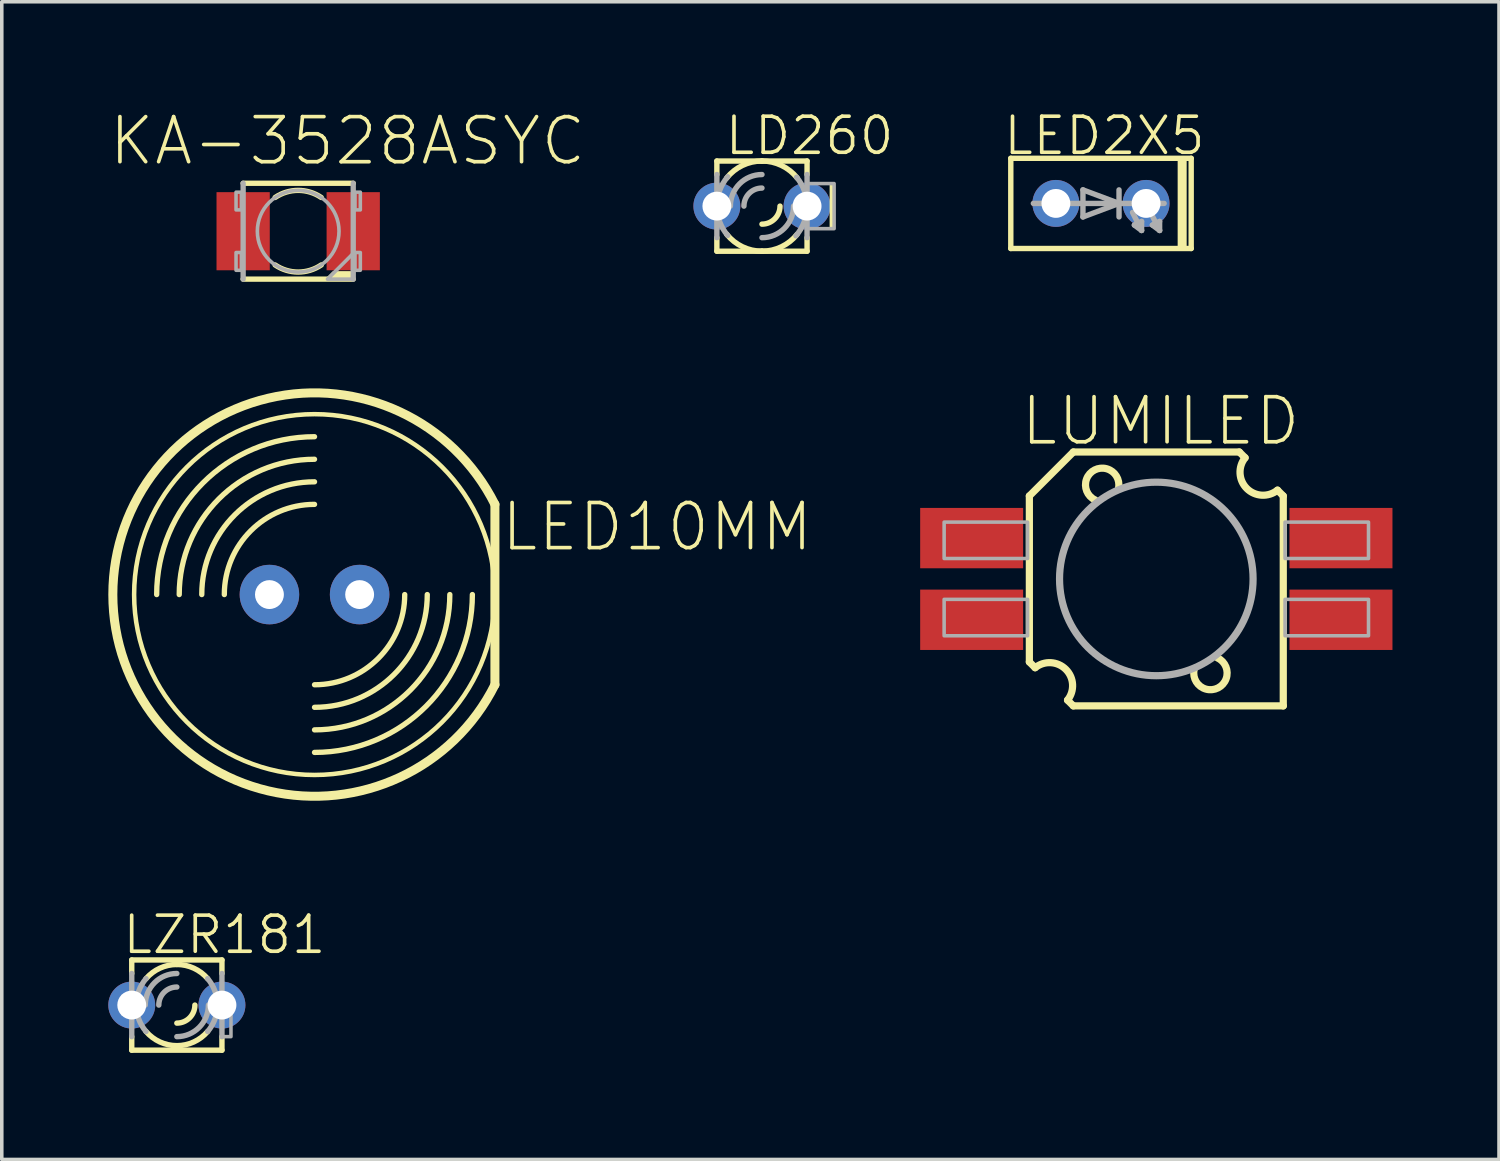
<source format=kicad_pcb>
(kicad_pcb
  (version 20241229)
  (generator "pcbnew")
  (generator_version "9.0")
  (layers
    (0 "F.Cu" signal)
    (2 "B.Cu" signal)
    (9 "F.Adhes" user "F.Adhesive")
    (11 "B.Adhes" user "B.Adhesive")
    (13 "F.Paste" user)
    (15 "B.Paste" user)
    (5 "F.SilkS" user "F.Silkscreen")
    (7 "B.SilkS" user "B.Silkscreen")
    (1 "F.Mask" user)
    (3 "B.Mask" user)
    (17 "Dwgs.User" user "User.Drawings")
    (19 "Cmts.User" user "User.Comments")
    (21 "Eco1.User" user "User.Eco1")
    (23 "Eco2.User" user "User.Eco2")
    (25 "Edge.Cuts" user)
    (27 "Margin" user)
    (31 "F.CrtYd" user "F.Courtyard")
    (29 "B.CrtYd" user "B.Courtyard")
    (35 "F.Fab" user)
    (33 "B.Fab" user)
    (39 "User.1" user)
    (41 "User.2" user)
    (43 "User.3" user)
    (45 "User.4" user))
  (footprint "KA-3528ASYC"
    (layer "F.Cu")
    (at 5.347 3.461)
    (property "Reference" "KA-3528ASYC" (at 1.391 -2.54 0) (layer "F.SilkS") (effects (font (size 1.27 1.27) (thickness 0.102))))
    (attr through_hole)
    (fp_line (start -1.55 -1.35) (end 1.55 -1.35) (stroke (width 0.15) (type solid)) (layer "F.SilkS"))
    (fp_line (start 1.55 1.35) (end -1.55 1.35) (stroke (width 0.15) (type solid)) (layer "F.SilkS"))
    (fp_arc (start -0.65 -0.95) (mid 0 -1.149991) (end 0.65 -0.95) (stroke (width 0.15) (type solid)) (layer "F.SilkS"))
    (fp_arc (start 0.65 0.95) (mid 0 1.149991) (end -0.65 0.95) (stroke (width 0.15) (type solid)) (layer "F.SilkS"))
    (fp_poly (pts (xy 1.55 1.35) (xy 1.55 1.175) (xy 1 1.175) (xy 0.825 1.35)) (stroke (width 0.102) (type solid)) (fill yes) (layer "F.SilkS"))
    (fp_line (start -1.55 1.35) (end -1.55 -1.35) (stroke (width 0.15) (type solid)) (layer "F.Fab"))
    (fp_line (start 1.55 -1.35) (end 1.55 1.35) (stroke (width 0.15) (type solid)) (layer "F.Fab"))
    (fp_circle (center 0 0) (end 1.15 0) (stroke (width 0.102) (type solid)) (fill no) (layer "F.Fab"))
    (fp_poly (pts (xy 1.55 1.35) (xy 1.55 0.625) (xy 0.825 1.35)) (stroke (width 0.102) (type solid)) (fill no) (layer "F.Fab"))
    (fp_poly (pts (xy -1.75 -1.1) (xy -1.6 -1.1) (xy -1.6 -0.6) (xy -1.75 -0.6)) (stroke (width 0.1) (type solid)) (fill no) (layer "F.Fab"))
    (fp_poly (pts (xy -1.75 0.6) (xy -1.6 0.6) (xy -1.6 1.1) (xy -1.75 1.1)) (stroke (width 0.1) (type solid)) (fill no) (layer "F.Fab"))
    (fp_poly (pts (xy 1.6 -1.1) (xy 1.75 -1.1) (xy 1.75 -0.6) (xy 1.6 -0.6)) (stroke (width 0.1) (type solid)) (fill no) (layer "F.Fab"))
    (fp_poly (pts (xy 1.6 0.6) (xy 1.75 0.6) (xy 1.75 1.1) (xy 1.6 1.1)) (stroke (width 0.1) (type solid)) (fill no) (layer "F.Fab"))
    (pad "A" smd rect (at -1.55 0) (size 1.5 2.2) (layers "F.Cu" "F.Mask" "F.Paste"))
    (pad "C" smd rect (at 1.55 0) (size 1.5 2.2) (layers "F.Cu" "F.Mask" "F.Paste")))
  (footprint "LD260"
    (layer "F.Cu")
    (at 18.407 2.754)
    (property "Reference" "LD260" (at 1.341 -1.981 0) (layer "F.SilkS") (effects (font (size 1.016 1.016) (thickness 0.102))))
    (attr through_hole)
    (fp_line (start -1.27 -1.27) (end -1.27 -0.889) (stroke (width 0.152) (type solid)) (layer "F.SilkS"))
    (fp_line (start -1.27 1.27) (end -1.27 0.889) (stroke (width 0.152) (type solid)) (layer "F.SilkS"))
    (fp_line (start -1.27 1.27) (end 0 1.27) (stroke (width 0.152) (type solid)) (layer "F.SilkS"))
    (fp_line (start 0 -1.27) (end -1.27 -1.27) (stroke (width 0.152) (type solid)) (layer "F.SilkS"))
    (fp_line (start 0 1.27) (end 1.27 1.27) (stroke (width 0.152) (type solid)) (layer "F.SilkS"))
    (fp_line (start 1.27 -1.27) (end 0 -1.27) (stroke (width 0.152) (type solid)) (layer "F.SilkS"))
    (fp_line (start 1.27 -1.27) (end 1.27 -0.889) (stroke (width 0.152) (type solid)) (layer "F.SilkS"))
    (fp_line (start 1.27 1.27) (end 1.27 0.889) (stroke (width 0.152) (type solid)) (layer "F.SilkS"))
    (fp_arc (start -0.9917 -0.7934) (mid -0.550143 -1.144671) (end 0 -1.27) (stroke (width 0.1524) (type solid)) (layer "F.SilkS"))
    (fp_arc (start 0 -1.27) (mid 0.550143 -1.144671) (end 0.9917 -0.7934) (stroke (width 0.1524) (type solid)) (layer "F.SilkS"))
    (fp_arc (start 0 1.27) (mid -0.550143 1.144671) (end -0.9917 0.7934) (stroke (width 0.1524) (type solid)) (layer "F.SilkS"))
    (fp_arc (start 0.508 0) (mid 0.35921 0.35921) (end 0 0.508) (stroke (width 0.1524) (type solid)) (layer "F.SilkS"))
    (fp_arc (start 0.9917 0.7934) (mid 0.550143 1.144671) (end 0 1.27) (stroke (width 0.1524) (type solid)) (layer "F.SilkS"))
    (fp_poly (pts (xy 1.905 -0.635) (xy 2.032 -0.635) (xy 2.032 0.635) (xy 1.905 0.635)) (stroke (width 0) (type solid)) (fill yes) (layer "F.SilkS"))
    (fp_line (start -1.27 0) (end -1.27 -0.889) (stroke (width 0.152) (type solid)) (layer "F.Fab"))
    (fp_line (start -1.27 0.889) (end -1.27 0) (stroke (width 0.152) (type solid)) (layer "F.Fab"))
    (fp_line (start 1.27 -0.889) (end 1.27 0) (stroke (width 0.152) (type solid)) (layer "F.Fab"))
    (fp_line (start 1.27 0) (end 1.27 0.889) (stroke (width 0.152) (type solid)) (layer "F.Fab"))
    (fp_arc (start -1.27 0) (mid -1.191134 -0.440615) (end -0.9643 -0.8265) (stroke (width 0.1524) (type solid)) (layer "F.Fab"))
    (fp_arc (start -0.9643 0.8265) (mid -1.191134 0.440615) (end -1.27 0) (stroke (width 0.1524) (type solid)) (layer "F.Fab"))
    (fp_arc (start -0.889 0) (mid -0.628618 -0.628618) (end 0 -0.889) (stroke (width 0.1524) (type solid)) (layer "F.Fab"))
    (fp_arc (start -0.508 0) (mid -0.35921 -0.35921) (end 0 -0.508) (stroke (width 0.1524) (type solid)) (layer "F.Fab"))
    (fp_arc (start 0.889 0) (mid 0.628618 0.628618) (end 0 0.889) (stroke (width 0.1524) (type solid)) (layer "F.Fab"))
    (fp_arc (start 0.9756 -0.813) (mid 1.194073 -0.432318) (end 1.2699 0) (stroke (width 0.1524) (type solid)) (layer "F.Fab"))
    (fp_arc (start 1.27 0) (mid 1.188863 0.44669) (end 0.9558 0.8363) (stroke (width 0.1524) (type solid)) (layer "F.Fab"))
    (fp_poly (pts (xy 1.27 -0.635) (xy 2.032 -0.635) (xy 2.032 0.635) (xy 1.27 0.635)) (stroke (width 0.1) (type solid)) (fill no) (layer "F.Fab"))
    (pad "A" thru_hole circle (at -1.27 0) (size 1.321 1.321) (drill 0.813) (layers "*.Cu" "*.Mask"))
    (pad "K" thru_hole circle (at 1.27 0) (size 1.321 1.321) (drill 0.813) (layers "*.Cu" "*.Mask")))
  (footprint "LED10MM"
    (layer "F.Cu")
    (at 5.807 13.693)
    (property "Reference" "LED10MM" (at 9.646 -1.905 0) (layer "F.SilkS") (effects (font (size 1.27 1.27) (thickness 0.102))))
    (attr through_hole)
    (fp_line (start 5.08 -2.54) (end 5.08 2.54) (stroke (width 0.254) (type solid)) (layer "F.SilkS"))
    (fp_arc (start -4.445 0) (mid -3.14309 -3.14309) (end 0 -4.445) (stroke (width 0.15) (type solid)) (layer "F.SilkS"))
    (fp_arc (start -3.81 0) (mid -2.694077 -2.694077) (end 0 -3.81) (stroke (width 0.15) (type solid)) (layer "F.SilkS"))
    (fp_arc (start -3.175 0) (mid -2.245064 -2.245064) (end 0 -3.175) (stroke (width 0.15) (type solid)) (layer "F.SilkS"))
    (fp_arc (start -2.54 0) (mid -1.796051 -1.796051) (end 0 -2.54) (stroke (width 0.15) (type solid)) (layer "F.SilkS"))
    (fp_arc (start 2.54 0) (mid 1.796051 1.796051) (end 0 2.54) (stroke (width 0.15) (type solid)) (layer "F.SilkS"))
    (fp_arc (start 3.175 0) (mid 2.245064 2.245064) (end 0 3.175) (stroke (width 0.15) (type solid)) (layer "F.SilkS"))
    (fp_arc (start 3.81 0) (mid 2.694077 2.694077) (end 0 3.81) (stroke (width 0.15) (type solid)) (layer "F.SilkS"))
    (fp_arc (start 4.445 0) (mid 3.14309 3.14309) (end 0 4.445) (stroke (width 0.15) (type solid)) (layer "F.SilkS"))
    (fp_arc (start 5.08 2.54) (mid -5.679615 0) (end 5.08 -2.540001) (stroke (width 0.254) (type solid)) (layer "F.SilkS"))
    (fp_circle (center 0 0) (end 5.08 0) (stroke (width 0.127) (type solid)) (fill no) (layer "F.SilkS"))
    (pad "A" thru_hole circle (at -1.27 0) (size 1.676 1.676) (drill 0.813) (layers "*.Cu" "*.Mask"))
    (pad "K" thru_hole circle (at 1.27 0) (size 1.676 1.676) (drill 0.813) (layers "*.Cu" "*.Mask")))
  (footprint "LZR181"
    (layer "F.Cu")
    (at 1.93 25.253)
    (property "Reference" "LZR181" (at 1.341 -1.981 0) (layer "F.SilkS") (effects (font (size 1.016 1.016) (thickness 0.102))))
    (attr through_hole)
    (fp_line (start -1.27 -1.27) (end -1.27 -0.889) (stroke (width 0.152) (type solid)) (layer "F.SilkS"))
    (fp_line (start -1.27 -1.27) (end 1.27 -1.27) (stroke (width 0.152) (type solid)) (layer "F.SilkS"))
    (fp_line (start -1.27 1.27) (end -1.27 0.889) (stroke (width 0.152) (type solid)) (layer "F.SilkS"))
    (fp_line (start -1.27 1.27) (end 1.27 1.27) (stroke (width 0.152) (type solid)) (layer "F.SilkS"))
    (fp_line (start 1.27 -1.27) (end 1.27 -0.889) (stroke (width 0.152) (type solid)) (layer "F.SilkS"))
    (fp_line (start 1.27 1.27) (end 1.27 0.889) (stroke (width 0.152) (type solid)) (layer "F.SilkS"))
    (fp_arc (start -0.8678 -0.7439) (mid -0.477588 -1.038444) (end 0 -1.143) (stroke (width 0.1524) (type solid)) (layer "F.SilkS"))
    (fp_arc (start 0 -1.143) (mid 0.477588 -1.038445) (end 0.8678 -0.7439) (stroke (width 0.1524) (type solid)) (layer "F.SilkS"))
    (fp_arc (start 0 1.143) (mid -0.477588 1.038445) (end -0.8678 0.7439) (stroke (width 0.1524) (type solid)) (layer "F.SilkS"))
    (fp_arc (start 0.508 0) (mid 0.35921 0.35921) (end 0 0.508) (stroke (width 0.1524) (type solid)) (layer "F.SilkS"))
    (fp_arc (start 0.8678 0.7439) (mid 0.477588 1.038444) (end 0 1.143) (stroke (width 0.1524) (type solid)) (layer "F.SilkS"))
    (fp_line (start -1.27 0.889) (end -1.27 -0.889) (stroke (width 0.152) (type solid)) (layer "F.Fab"))
    (fp_line (start 1.27 -0.889) (end 1.27 0.889) (stroke (width 0.152) (type solid)) (layer "F.Fab"))
    (fp_arc (start -1.143 0) (mid -1.071996 -0.396587) (end -0.8678 -0.7439) (stroke (width 0.1524) (type solid)) (layer "F.Fab"))
    (fp_arc (start -0.889 0) (mid -0.628618 -0.628618) (end 0 -0.889) (stroke (width 0.1524) (type solid)) (layer "F.Fab"))
    (fp_arc (start -0.8678 0.7439) (mid -1.071996 0.396587) (end -1.143 0) (stroke (width 0.1524) (type solid)) (layer "F.Fab"))
    (fp_arc (start -0.508 0) (mid -0.35921 -0.35921) (end 0 -0.508) (stroke (width 0.1524) (type solid)) (layer "F.Fab"))
    (fp_arc (start 0.8678 -0.7439) (mid 1.071996 -0.396587) (end 1.143 0) (stroke (width 0.1524) (type solid)) (layer "F.Fab"))
    (fp_arc (start 0.889 0) (mid 0.628618 0.628618) (end 0 0.889) (stroke (width 0.1524) (type solid)) (layer "F.Fab"))
    (fp_arc (start 1.143 0) (mid 1.071996 0.396587) (end 0.8678 0.7439) (stroke (width 0.1524) (type solid)) (layer "F.Fab"))
    (fp_poly (pts (xy -1.524 -0.254) (xy -1.27 -0.254) (xy -1.27 0.254) (xy -1.524 0.254)) (stroke (width 0.1) (type solid)) (fill no) (layer "F.Fab"))
    (fp_poly (pts (xy 1.27 -0.254) (xy 1.524 -0.254) (xy 1.524 0.889) (xy 1.27 0.889)) (stroke (width 0.1) (type solid)) (fill no) (layer "F.Fab"))
    (pad "A" thru_hole circle (at -1.27 0) (size 1.321 1.321) (drill 0.813) (layers "*.Cu" "*.Mask"))
    (pad "K" thru_hole circle (at 1.27 0) (size 1.321 1.321) (drill 0.813) (layers "*.Cu" "*.Mask")))
  (footprint "LED2X5"
    (layer "F.Cu")
    (at 27.954 2.678)
    (property "Reference" "LED2X5" (at 0.097 -1.905 0) (layer "F.SilkS") (effects (font (size 1.016 1.016) (thickness 0.102))))
    (attr through_hole)
    (fp_line (start -2.54 1.27) (end -2.54 -1.27) (stroke (width 0.152) (type solid)) (layer "F.SilkS"))
    (fp_line (start -2.54 1.27) (end 2.54 1.27) (stroke (width 0.152) (type solid)) (layer "F.SilkS"))
    (fp_line (start 2.54 -1.27) (end -2.54 -1.27) (stroke (width 0.152) (type solid)) (layer "F.SilkS"))
    (fp_line (start 2.54 -1.27) (end 2.54 1.27) (stroke (width 0.152) (type solid)) (layer "F.SilkS"))
    (fp_poly (pts (xy 2.159 -1.27) (xy 2.413 -1.27) (xy 2.413 1.27) (xy 2.159 1.27)) (stroke (width 0) (type solid)) (fill yes) (layer "F.SilkS"))
    (fp_line (start -1.905 0) (end 0.508 0) (stroke (width 0.152) (type solid)) (layer "F.Fab"))
    (fp_line (start -0.508 -0.381) (end -0.508 0.381) (stroke (width 0.152) (type solid)) (layer "F.Fab"))
    (fp_line (start -0.508 -0.381) (end 0.508 0) (stroke (width 0.152) (type solid)) (layer "F.Fab"))
    (fp_line (start 0.508 -0.381) (end 0.508 0) (stroke (width 0.152) (type solid)) (layer "F.Fab"))
    (fp_line (start 0.508 0) (end -0.508 0.381) (stroke (width 0.152) (type solid)) (layer "F.Fab"))
    (fp_line (start 0.508 0) (end 0.508 0.381) (stroke (width 0.152) (type solid)) (layer "F.Fab"))
    (fp_line (start 0.508 0) (end 1.778 0) (stroke (width 0.152) (type solid)) (layer "F.Fab"))
    (fp_line (start 0.889 0.254) (end 1.143 0.762) (stroke (width 0.152) (type solid)) (layer "F.Fab"))
    (fp_line (start 0.94 0.61) (end 1.143 0.508) (stroke (width 0.152) (type solid)) (layer "F.Fab"))
    (fp_line (start 1.143 0.762) (end 0.94 0.61) (stroke (width 0.152) (type solid)) (layer "F.Fab"))
    (fp_line (start 1.143 0.762) (end 1.143 0.508) (stroke (width 0.152) (type solid)) (layer "F.Fab"))
    (fp_line (start 1.397 0.254) (end 1.651 0.762) (stroke (width 0.152) (type solid)) (layer "F.Fab"))
    (fp_line (start 1.448 0.61) (end 1.651 0.508) (stroke (width 0.152) (type solid)) (layer "F.Fab"))
    (fp_line (start 1.651 0.762) (end 1.448 0.61) (stroke (width 0.152) (type solid)) (layer "F.Fab"))
    (fp_line (start 1.651 0.762) (end 1.651 0.508) (stroke (width 0.152) (type solid)) (layer "F.Fab"))
    (pad "A" thru_hole circle (at -1.27 0) (size 1.321 1.321) (drill 0.813) (layers "*.Cu" "*.Mask"))
    (pad "K" thru_hole circle (at 1.27 0) (size 1.321 1.321) (drill 0.813) (layers "*.Cu" "*.Mask")))
  (footprint "LUMILED"
    (layer "F.Cu")
    (at 29.512 13.253)
    (property "Reference" "LUMILED" (at 0.121 -4.445 0) (layer "F.SilkS") (effects (font (size 1.27 1.27) (thickness 0.102))))
    (attr through_hole)
    (fp_poly (pts (xy 2.338 -1.35) (xy 0 -2.7) (xy -2.338 -1.35) (xy -2.338 1.35) (xy 0 2.7) (xy 2.338 1.35)) (stroke (width 0.406) (type solid)) (fill yes) (layer "F.Mask"))
    (fp_line (start -3.575 -2.337) (end -2.337 -3.575) (stroke (width 0.203) (type solid)) (layer "F.SilkS"))
    (fp_line (start -3.575 2.337) (end -3.575 -2.337) (stroke (width 0.203) (type solid)) (layer "F.SilkS"))
    (fp_line (start -3.413 2.5) (end -3.575 2.337) (stroke (width 0.203) (type solid)) (layer "F.SilkS"))
    (fp_line (start -2.337 -3.575) (end 2.337 -3.575) (stroke (width 0.203) (type solid)) (layer "F.SilkS"))
    (fp_line (start -2.337 3.575) (end -2.5 3.413) (stroke (width 0.203) (type solid)) (layer "F.SilkS"))
    (fp_line (start 2.337 -3.575) (end 2.5 -3.413) (stroke (width 0.203) (type solid)) (layer "F.SilkS"))
    (fp_line (start 3.413 -2.5) (end 3.575 -2.337) (stroke (width 0.203) (type solid)) (layer "F.SilkS"))
    (fp_line (start 3.575 -2.337) (end 3.575 3.575) (stroke (width 0.203) (type solid)) (layer "F.SilkS"))
    (fp_line (start 3.575 3.575) (end -2.337 3.575) (stroke (width 0.203) (type solid)) (layer "F.SilkS"))
    (fp_arc (start -3.4125 2.5) (mid -2.547491 2.547491) (end -2.5 3.4125) (stroke (width 0.2032) (type solid)) (layer "F.SilkS"))
    (fp_arc (start -1.725 -2.225) (mid -1.737641 -3.068797) (end -1.062499 -2.562499) (stroke (width 0.2032) (type solid)) (layer "F.SilkS"))
    (fp_arc (start 1.725 2.225) (mid 1.737641 3.068797) (end 1.062499 2.562499) (stroke (width 0.2032) (type solid)) (layer "F.SilkS"))
    (fp_arc (start 3.4125 -2.5) (mid 2.547491 -2.547491) (end 2.5 -3.4125) (stroke (width 0.2032) (type solid)) (layer "F.SilkS"))
    (fp_poly (pts (xy 2.338 -1.35) (xy 0 -2.7) (xy -2.338 -1.35) (xy -2.338 1.35) (xy 0 2.7) (xy 2.338 1.35)) (stroke (width 0.406) (type solid)) (fill yes) (layer "F.Paste"))
    (fp_circle (center 0 0) (end 2.725 0) (stroke (width 0.203) (type solid)) (fill no) (layer "F.Fab"))
    (fp_poly (pts (xy -5.975 -1.6) (xy -3.625 -1.6) (xy -3.625 -0.575) (xy -5.975 -0.575)) (stroke (width 0.1) (type solid)) (fill no) (layer "F.Fab"))
    (fp_poly (pts (xy -5.975 0.575) (xy -3.625 0.575) (xy -3.625 1.6) (xy -5.975 1.6)) (stroke (width 0.1) (type solid)) (fill no) (layer "F.Fab"))
    (fp_poly (pts (xy 3.625 -1.6) (xy 5.975 -1.6) (xy 5.975 -0.575) (xy 3.625 -0.575)) (stroke (width 0.1) (type solid)) (fill no) (layer "F.Fab"))
    (fp_poly (pts (xy 3.625 0.575) (xy 5.975 0.575) (xy 5.975 1.6) (xy 3.625 1.6)) (stroke (width 0.1) (type solid)) (fill no) (layer "F.Fab"))
    (pad "1NC" smd rect (at -5.2 -1.15) (size 2.9 1.7) (layers "F.Cu" "F.Mask" "F.Paste"))
    (pad "2+" smd rect (at -5.2 1.15) (size 2.9 1.7) (layers "F.Cu" "F.Mask" "F.Paste"))
    (pad "3NC" smd rect (at 5.2 1.15) (size 2.9 1.7) (layers "F.Cu" "F.Mask" "F.Paste"))
    (pad "4-" smd rect (at 5.2 -1.15) (size 2.9 1.7) (layers "F.Cu" "F.Mask" "F.Paste")))
  (gr_rect
    (start -3 -3)
    (end 39.162 29.6)
    (stroke (width 0.1) (type default))
    (fill no)
    (layer "Edge.Cuts")))
</source>
